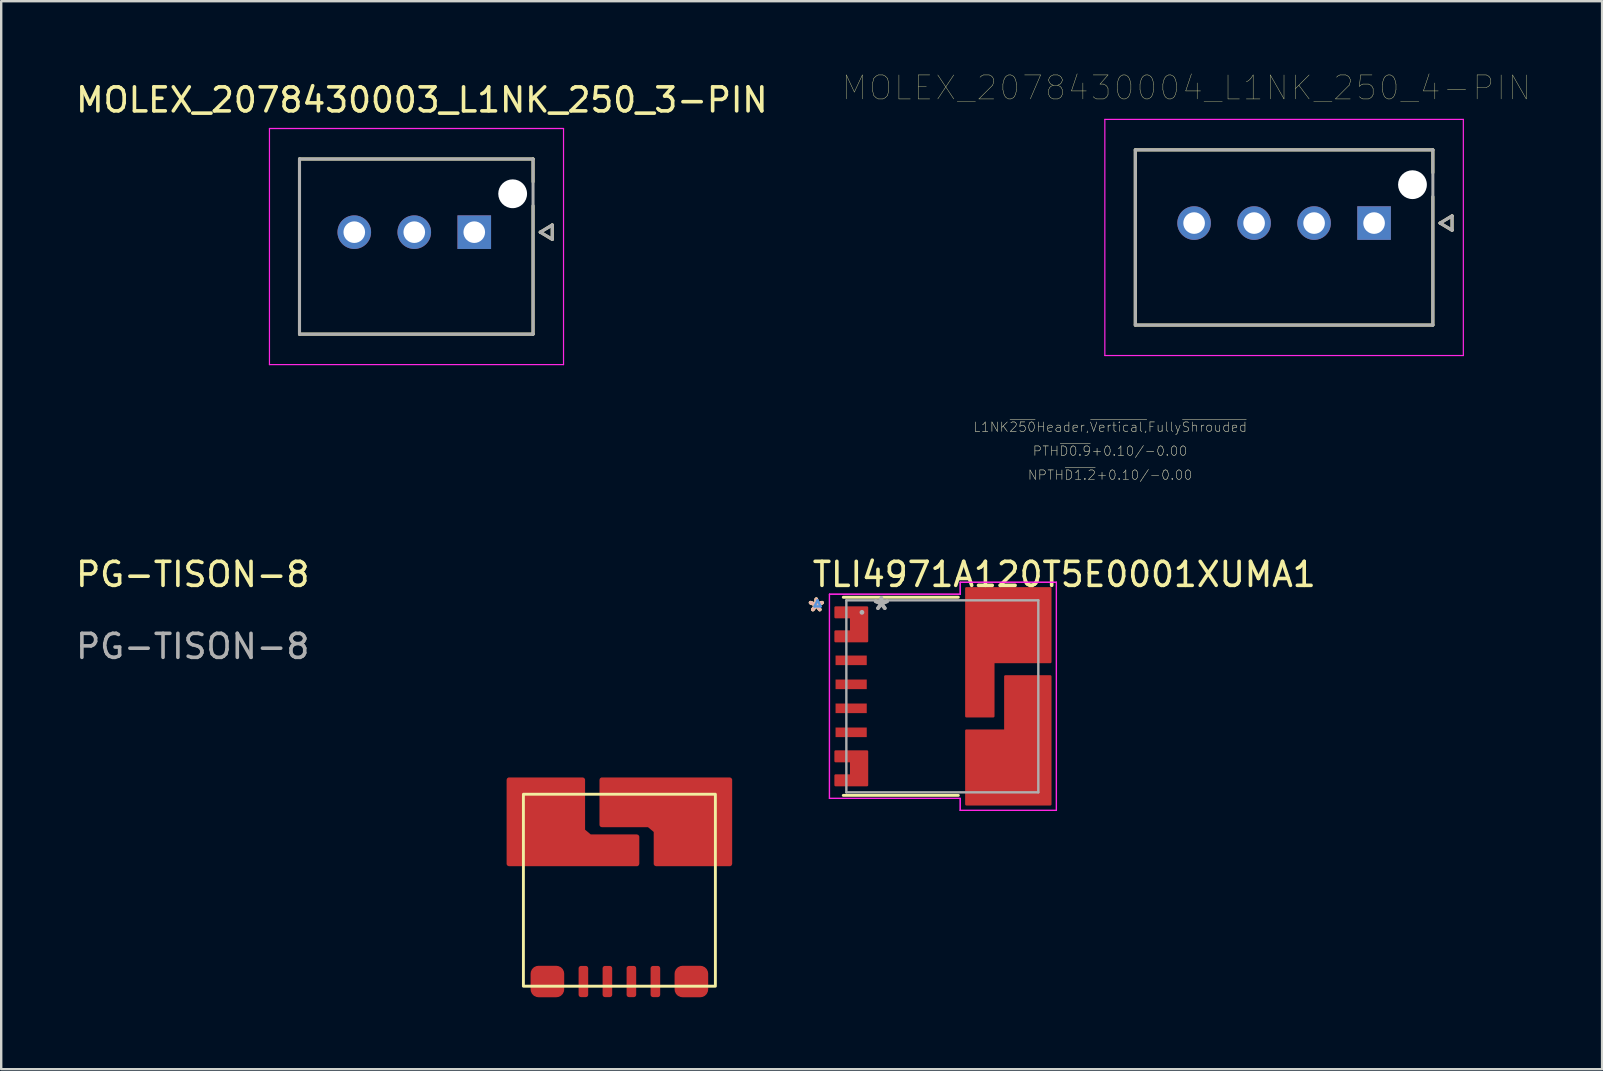
<source format=kicad_pcb>
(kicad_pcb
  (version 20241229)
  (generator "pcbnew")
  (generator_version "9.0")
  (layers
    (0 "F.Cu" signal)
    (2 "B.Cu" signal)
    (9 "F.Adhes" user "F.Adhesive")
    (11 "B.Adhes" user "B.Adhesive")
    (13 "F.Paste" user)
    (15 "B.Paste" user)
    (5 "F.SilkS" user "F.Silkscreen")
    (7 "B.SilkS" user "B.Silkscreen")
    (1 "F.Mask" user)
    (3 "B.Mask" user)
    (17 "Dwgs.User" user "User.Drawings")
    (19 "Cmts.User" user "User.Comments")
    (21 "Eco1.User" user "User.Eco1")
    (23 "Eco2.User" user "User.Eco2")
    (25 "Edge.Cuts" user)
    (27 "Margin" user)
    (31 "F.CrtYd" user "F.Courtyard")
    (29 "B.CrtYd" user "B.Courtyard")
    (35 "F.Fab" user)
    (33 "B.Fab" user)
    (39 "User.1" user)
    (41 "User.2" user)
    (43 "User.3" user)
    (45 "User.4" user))
  (footprint "TLI4971A120T5E0001XUMA1"
    (layer "F.Cu")
    (at 36.22 25.968)
    (property "Reference" "TLI4971A120T5E0001XUMA1" (at 5.08 -5.08 0) (layer "F.SilkS") (effects (font (size 1 1) (thickness 0.15))))
    (attr through_hole)
    (fp_poly (pts (xy 1 -4.5) (xy 4.5 -4.5) (xy 4.5 -1.43) (xy 2.125 -1.43) (xy 2.125 0.83) (xy 1 0.83)) (stroke (width 0.1) (type solid)) (fill yes) (layer "F.Cu"))
    (fp_poly (pts (xy 2.625 -0.83) (xy 4.5 -0.83) (xy 4.5 4.5) (xy 1 4.5) (xy 1 1.43) (xy 2.625 1.43)) (stroke (width 0.1) (type solid)) (fill yes) (layer "F.Cu"))
    (fp_poly (pts (xy -4.449 -3.7) (xy -3.139 -3.7) (xy -3.139 -2.3) (xy -4.449 -2.3) (xy -4.449 -2.7) (xy -3.8 -2.7) (xy -3.8 -3.3) (xy -4.449 -3.3)) (stroke (width 0.1) (type solid)) (fill yes) (layer "F.Cu"))
    (fp_poly (pts (xy -4.449 2.3) (xy -3.139 2.3) (xy -3.139 3.7) (xy -4.449 3.7) (xy -4.449 3.3) (xy -3.8 3.3) (xy -3.8 2.7) (xy -4.449 2.7)) (stroke (width 0.1) (type solid)) (fill yes) (layer "F.Cu"))
    (fp_poly (pts (xy -4.449 -1.7) (xy -3.15 -1.7) (xy -3.15 -1.3) (xy -4.449 -1.3)) (stroke (width 0.1) (type solid)) (fill yes) (layer "F.Mask"))
    (fp_poly (pts (xy -4.449 -0.7) (xy -3.15 -0.7) (xy -3.15 -0.3) (xy -4.449 -0.3)) (stroke (width 0.1) (type solid)) (fill yes) (layer "F.Mask"))
    (fp_poly (pts (xy -4.449 0.3) (xy -3.15 0.3) (xy -3.15 0.7) (xy -4.449 0.7)) (stroke (width 0.1) (type solid)) (fill yes) (layer "F.Mask"))
    (fp_poly (pts (xy -4.449 1.7) (xy -3.15 1.7) (xy -3.15 1.3) (xy -4.449 1.3)) (stroke (width 0.1) (type solid)) (fill yes) (layer "F.Mask"))
    (fp_poly (pts (xy 1 -4.5) (xy 4.5 -4.5) (xy 4.5 -1.43) (xy 2.125 -1.43) (xy 2.125 0.83) (xy 1 0.83)) (stroke (width 0.1) (type solid)) (fill yes) (layer "F.Mask"))
    (fp_poly (pts (xy 2.625 -0.83) (xy 4.5 -0.83) (xy 4.5 4.5) (xy 1 4.5) (xy 1 1.43) (xy 2.625 1.43)) (stroke (width 0.1) (type solid)) (fill yes) (layer "F.Mask"))
    (fp_poly (pts (xy -4.449 -3.7) (xy -3.139 -3.7) (xy -3.139 -2.3) (xy -4.449 -2.3) (xy -4.449 -2.7) (xy -3.8 -2.7) (xy -3.8 -3.3) (xy -4.449 -3.3)) (stroke (width 0.1) (type solid)) (fill yes) (layer "F.Mask"))
    (fp_poly (pts (xy -4.449 2.3) (xy -3.139 2.3) (xy -3.139 3.7) (xy -4.449 3.7) (xy -4.449 3.3) (xy -3.8 3.3) (xy -3.8 2.7) (xy -4.449 2.7)) (stroke (width 0.1) (type solid)) (fill yes) (layer "F.Mask"))
    (fp_line (start -4.128 -4.128) (end 0.667 -4.128) (stroke (width 0.12) (type solid)) (layer "F.SilkS"))
    (fp_line (start 0.667 4.128) (end -4.128 4.128) (stroke (width 0.12) (type solid)) (layer "F.SilkS"))
    (fp_poly (pts (xy -4.44 -3.675) (xy -3.241 -3.675) (xy -3.241 -3.325) (xy -4.44 -3.325)) (stroke (width 0.1) (type solid)) (fill yes) (layer "F.Paste"))
    (fp_poly (pts (xy -4.44 -2.675) (xy -3.241 -2.675) (xy -3.241 -2.325) (xy -4.44 -2.325)) (stroke (width 0.1) (type solid)) (fill yes) (layer "F.Paste"))
    (fp_poly (pts (xy -4.44 -1.675) (xy -3.241 -1.675) (xy -3.241 -1.325) (xy -4.44 -1.325)) (stroke (width 0.1) (type solid)) (fill yes) (layer "F.Paste"))
    (fp_poly (pts (xy -4.44 -0.675) (xy -3.241 -0.675) (xy -3.241 -0.325) (xy -4.44 -0.325)) (stroke (width 0.1) (type solid)) (fill yes) (layer "F.Paste"))
    (fp_poly (pts (xy -4.44 0.325) (xy -3.241 0.325) (xy -3.241 0.675) (xy -4.44 0.675)) (stroke (width 0.1) (type solid)) (fill yes) (layer "F.Paste"))
    (fp_poly (pts (xy -4.44 1.675) (xy -3.241 1.675) (xy -3.241 1.325) (xy -4.44 1.325)) (stroke (width 0.1) (type solid)) (fill yes) (layer "F.Paste"))
    (fp_poly (pts (xy -4.44 2.675) (xy -3.241 2.675) (xy -3.241 2.325) (xy -4.44 2.325)) (stroke (width 0.1) (type solid)) (fill yes) (layer "F.Paste"))
    (fp_poly (pts (xy -4.44 3.675) (xy -3.241 3.675) (xy -3.241 3.325) (xy -4.44 3.325)) (stroke (width 0.1) (type solid)) (fill yes) (layer "F.Paste"))
    (fp_poly (pts (xy -3.74 -3.2) (xy -3.24 -3.2) (xy -3.24 -2.8) (xy -3.74 -2.8)) (stroke (width 0.1) (type solid)) (fill yes) (layer "F.Paste"))
    (fp_poly (pts (xy -3.74 2.8) (xy -3.24 2.8) (xy -3.24 3.2) (xy -3.74 3.2)) (stroke (width 0.1) (type solid)) (fill yes) (layer "F.Paste"))
    (fp_poly (pts (xy 1.211 -4.25) (xy 1.911 -4.25) (xy 1.911 -3.026) (xy 1.211 -3.026)) (stroke (width 0.1) (type solid)) (fill yes) (layer "F.Paste"))
    (fp_poly (pts (xy 1.211 -2.225) (xy 1.911 -2.225) (xy 1.911 -0.625) (xy 1.211 -0.625)) (stroke (width 0.1) (type solid)) (fill yes) (layer "F.Paste"))
    (fp_poly (pts (xy 1.211 0.176) (xy 1.911 0.176) (xy 1.911 0.63) (xy 1.211 0.63)) (stroke (width 0.1) (type solid)) (fill yes) (layer "F.Paste"))
    (fp_poly (pts (xy 1.211 1.63) (xy 1.911 1.63) (xy 1.911 2.175) (xy 1.211 2.175)) (stroke (width 0.1) (type solid)) (fill yes) (layer "F.Paste"))
    (fp_poly (pts (xy 1.211 3.026) (xy 1.911 3.026) (xy 1.911 4.25) (xy 1.211 4.25)) (stroke (width 0.1) (type solid)) (fill yes) (layer "F.Paste"))
    (fp_poly (pts (xy 2.11 1.63) (xy 2.648 1.63) (xy 2.648 4.25) (xy 2.11 4.25)) (stroke (width 0.1) (type solid)) (fill yes) (layer "F.Paste"))
    (fp_poly (pts (xy 2.111 -4.25) (xy 3.061 -4.25) (xy 3.061 -1.63) (xy 2.111 -1.63)) (stroke (width 0.1) (type solid)) (fill yes) (layer "F.Paste"))
    (fp_poly (pts (xy 2.848 -0.625) (xy 3.71 -0.625) (xy 3.71 -0.125) (xy 2.848 -0.125)) (stroke (width 0.1) (type solid)) (fill yes) (layer "F.Paste"))
    (fp_poly (pts (xy 2.848 0.675) (xy 3.71 0.675) (xy 3.71 2.175) (xy 2.848 2.175)) (stroke (width 0.1) (type solid)) (fill yes) (layer "F.Paste"))
    (fp_poly (pts (xy 2.848 2.975) (xy 3.71 2.975) (xy 3.71 4.251) (xy 2.848 4.251)) (stroke (width 0.1) (type solid)) (fill yes) (layer "F.Paste"))
    (fp_poly (pts (xy 3.261 -4.25) (xy 3.711 -4.25) (xy 3.711 -3.026) (xy 3.261 -3.026)) (stroke (width 0.1) (type solid)) (fill yes) (layer "F.Paste"))
    (fp_poly (pts (xy 3.261 -2.224) (xy 3.711 -2.224) (xy 3.711 -1.63) (xy 3.261 -1.63)) (stroke (width 0.1) (type solid)) (fill yes) (layer "F.Paste"))
    (fp_poly (pts (xy 3.91 -4.25) (xy 4.31 -4.25) (xy 4.31 -1.63) (xy 3.91 -1.63)) (stroke (width 0.1) (type solid)) (fill yes) (layer "F.Paste"))
    (fp_poly (pts (xy 3.91 -0.626) (xy 4.31 -0.626) (xy 4.31 1.43) (xy 3.91 1.43)) (stroke (width 0.1) (type solid)) (fill yes) (layer "F.Paste"))
    (fp_poly (pts (xy 3.91 1.63) (xy 4.31 1.63) (xy 4.31 4.25) (xy 3.91 4.25)) (stroke (width 0.1) (type solid)) (fill yes) (layer "F.Paste"))
    (fp_line (start -5.326 -3.747) (end -5.199 -4) (stroke (width 0.1) (type solid)) (layer "Cmts.User"))
    (fp_line (start -5.326 -3.747) (end -5.072 -3.747) (stroke (width 0.1) (type solid)) (layer "Cmts.User"))
    (fp_line (start -5.072 -3.747) (end -5.199 -4) (stroke (width 0.1) (type solid)) (layer "Cmts.User"))
    (fp_line (start -4.704 -4.255) (end -4.704 4.255) (stroke (width 0.05) (type solid)) (layer "F.CrtYd"))
    (fp_line (start -4.704 -4.255) (end 0.746 -4.255) (stroke (width 0.05) (type solid)) (layer "F.CrtYd"))
    (fp_line (start -4.704 4.255) (end -4.704 -4.255) (stroke (width 0.05) (type solid)) (layer "F.CrtYd"))
    (fp_line (start -4.704 4.255) (end 0.746 4.255) (stroke (width 0.05) (type solid)) (layer "F.CrtYd"))
    (fp_line (start 0.746 -4.754) (end 0.746 -4.255) (stroke (width 0.05) (type solid)) (layer "F.CrtYd"))
    (fp_line (start 0.746 -4.754) (end 4.754 -4.754) (stroke (width 0.05) (type solid)) (layer "F.CrtYd"))
    (fp_line (start 0.746 -4.255) (end -4.704 -4.255) (stroke (width 0.05) (type solid)) (layer "F.CrtYd"))
    (fp_line (start 0.746 -4.255) (end 0.746 -4.754) (stroke (width 0.05) (type solid)) (layer "F.CrtYd"))
    (fp_line (start 0.746 4.255) (end -4.704 4.255) (stroke (width 0.05) (type solid)) (layer "F.CrtYd"))
    (fp_line (start 0.746 4.255) (end 0.746 4.754) (stroke (width 0.05) (type solid)) (layer "F.CrtYd"))
    (fp_line (start 0.746 4.754) (end 0.746 4.255) (stroke (width 0.05) (type solid)) (layer "F.CrtYd"))
    (fp_line (start 0.746 4.754) (end 4.754 4.754) (stroke (width 0.05) (type solid)) (layer "F.CrtYd"))
    (fp_line (start 4.754 -4.754) (end 0.746 -4.754) (stroke (width 0.05) (type solid)) (layer "F.CrtYd"))
    (fp_line (start 4.754 -4.754) (end 4.754 4.754) (stroke (width 0.05) (type solid)) (layer "F.CrtYd"))
    (fp_line (start 4.754 4.754) (end 0.746 4.754) (stroke (width 0.05) (type solid)) (layer "F.CrtYd"))
    (fp_line (start 4.754 4.754) (end 4.754 -4.754) (stroke (width 0.05) (type solid)) (layer "F.CrtYd"))
    (fp_line (start -4 -4) (end -4 4) (stroke (width 0.1) (type solid)) (layer "F.Fab"))
    (fp_line (start -4 4) (end 4 4) (stroke (width 0.1) (type solid)) (layer "F.Fab"))
    (fp_line (start 4 -4) (end -4 -4) (stroke (width 0.1) (type solid)) (layer "F.Fab"))
    (fp_line (start 4 4) (end 4 -4) (stroke (width 0.1) (type solid)) (layer "F.Fab"))
    (fp_circle (center -3.35 -3.5) (end -3.35 -3.5) (stroke (width 0.1) (type solid)) (fill no) (layer "F.Fab"))
    (fp_text user "*" (at -5.252 -3.5 0) (layer "F.SilkS") (effects (font (size 1 1) (thickness 0.15))))
    (fp_text user "*" (at -5.252 -3.5 0) (layer "F.SilkS") (effects (font (size 1 1) (thickness 0.15))))
    (fp_text user "*" (at -5.252 -3.5 0) (layer "B.SilkS") (effects (font (size 1 1) (thickness 0.15))))
    (fp_text user "*" (at -2.54 -3.556 0) (layer "F.Fab") (effects (font (size 1 1) (thickness 0.15))))
    (fp_text user "*" (at -2.54 -3.556 0) (layer "F.Fab") (effects (font (size 1 1) (thickness 0.15))))
    (pad "1" smd rect (at -3.48 -3.023) (size 0.127 0.127) (layers "F.Cu" "F.Mask" "F.Paste"))
    (pad "2" smd rect (at -3.8 -1.5) (size 1.3 0.4) (layers "F.Cu"))
    (pad "3" smd rect (at -3.8 -0.5) (size 1.3 0.4) (layers "F.Cu"))
    (pad "4" smd rect (at -3.8 0.5) (size 1.3 0.4) (layers "F.Cu"))
    (pad "5" smd rect (at -3.8 1.5) (size 1.3 0.4) (layers "F.Cu"))
    (pad "6" smd rect (at -3.454 2.972) (size 0.127 0.127) (layers "F.Cu" "F.Mask" "F.Paste"))
    (pad "7" smd rect (at 2.464 2.261) (size 0.127 0.127) (layers "F.Cu" "F.Mask" "F.Paste"))
    (pad "8" smd rect (at 2.794 -3.048) (size 0.127 0.127) (layers "F.Cu" "F.Mask" "F.Paste")))
  (footprint "MOLEX_2078430004_L1NK_250_4-PIN"
    (layer "F.Cu")
    (at 54.212 6.246)
    (property "Reference" "MOLEX_2078430004_L1NK_250_4-PIN" (at -7.825 -5.635 0) (layer "F.SilkS") (effects (font (size 1 1) (thickness 0.015))))
    (attr through_hole)
    (fp_circle (center -7.5 0) (end -7.112 0) (stroke (width 0.776) (type solid)) (fill no) (layer "F.Mask"))
    (fp_circle (center -5 0) (end -4.612 0) (stroke (width 0.776) (type solid)) (fill no) (layer "F.Mask"))
    (fp_circle (center -2.5 0) (end -2.112 0) (stroke (width 0.776) (type solid)) (fill no) (layer "F.Mask"))
    (fp_circle (center 1.6 -1.6) (end 1.938 -1.6) (stroke (width 0.676) (type solid)) (fill no) (layer "F.Mask"))
    (fp_poly (pts (xy -0.776 -0.776) (xy 0.776 -0.776) (xy 0.776 0.776) (xy -0.776 0.776)) (stroke (width 0.01) (type solid)) (fill yes) (layer "F.Mask"))
    (fp_circle (center -7.5 0) (end -7.112 0) (stroke (width 0.776) (type solid)) (fill no) (layer "B.Mask"))
    (fp_circle (center -5 0) (end -4.612 0) (stroke (width 0.776) (type solid)) (fill no) (layer "B.Mask"))
    (fp_circle (center -2.5 0) (end -2.112 0) (stroke (width 0.776) (type solid)) (fill no) (layer "B.Mask"))
    (fp_circle (center 1.6 -1.6) (end 1.938 -1.6) (stroke (width 0.676) (type solid)) (fill no) (layer "B.Mask"))
    (fp_poly (pts (xy -0.776 -0.776) (xy 0.776 -0.776) (xy 0.776 0.776) (xy -0.776 0.776)) (stroke (width 0.01) (type solid)) (fill yes) (layer "B.Mask"))
    (fp_line (start -9.95 -3.05) (end 2.45 -3.05) (stroke (width 0.127) (type solid)) (layer "F.SilkS"))
    (fp_line (start -9.95 4.25) (end -9.95 -3.05) (stroke (width 0.127) (type solid)) (layer "F.SilkS"))
    (fp_line (start 2.45 -3.05) (end 2.45 -2.1) (stroke (width 0.127) (type solid)) (layer "F.SilkS"))
    (fp_line (start 2.45 -1.1) (end 2.45 4.25) (stroke (width 0.127) (type solid)) (layer "F.SilkS"))
    (fp_line (start 2.45 4.25) (end -9.95 4.25) (stroke (width 0.127) (type solid)) (layer "F.SilkS"))
    (fp_line (start 2.75 0) (end 3.25 -0.3) (stroke (width 0.127) (type solid)) (layer "F.SilkS"))
    (fp_line (start 3.25 -0.3) (end 3.25 0.3) (stroke (width 0.127) (type solid)) (layer "F.SilkS"))
    (fp_line (start 3.25 0.3) (end 2.75 0) (stroke (width 0.127) (type solid)) (layer "F.SilkS"))
    (fp_line (start -11.22 -4.32) (end 3.72 -4.32) (stroke (width 0.05) (type solid)) (layer "F.CrtYd"))
    (fp_line (start -11.22 5.52) (end -11.22 -4.32) (stroke (width 0.05) (type solid)) (layer "F.CrtYd"))
    (fp_line (start 3.72 -4.32) (end 3.72 5.52) (stroke (width 0.05) (type solid)) (layer "F.CrtYd"))
    (fp_line (start 3.72 5.52) (end -11.22 5.52) (stroke (width 0.05) (type solid)) (layer "F.CrtYd"))
    (fp_line (start -9.95 -3.05) (end 2.45 -3.05) (stroke (width 0.127) (type solid)) (layer "F.Fab"))
    (fp_line (start -9.95 4.25) (end -9.95 -3.05) (stroke (width 0.127) (type solid)) (layer "F.Fab"))
    (fp_line (start 2.45 -3.05) (end 2.45 4.25) (stroke (width 0.127) (type solid)) (layer "F.Fab"))
    (fp_line (start 2.45 4.25) (end -9.95 4.25) (stroke (width 0.127) (type solid)) (layer "F.Fab"))
    (fp_line (start 2.75 0) (end 3.25 -0.3) (stroke (width 0.127) (type solid)) (layer "F.Fab"))
    (fp_line (start 3.25 -0.3) (end 3.25 0.3) (stroke (width 0.127) (type solid)) (layer "F.Fab"))
    (fp_line (start 3.25 0.3) (end 2.75 0) (stroke (width 0.127) (type solid)) (layer "F.Fab"))
    (fp_text user "NPTH~{D1.2}+0.10/-0.00" (at -11 10.5 0) (layer "F.SilkS") (effects (font (size 0.394 0.394) (thickness 0.015))))
    (fp_text user "L1NK~{250}Header,~{Vertical,}Fully~{Shrouded}" (at -11 8.5 0) (layer "F.SilkS") (effects (font (size 0.394 0.394) (thickness 0.015))))
    (fp_text user "PTH~{D0.9}+0.10/-0.00" (at -11 9.5 0) (layer "F.SilkS") (effects (font (size 0.394 0.394) (thickness 0.015))))
    (fp_text user "L1NK~{250}Header,~{Vertical,}Fully~{Shrouded}" (at -11 8.5 0) (layer "F.Fab") (effects (font (size 0.394 0.394) (thickness 0.015))))
    (fp_text user "PTH~{D0.9}+0.10/-0.00" (at -11 9.5 0) (layer "F.Fab") (effects (font (size 0.394 0.394) (thickness 0.015))))
    (fp_text user "NPTH~{D1.2}+0.10/-0.00" (at -11 10.5 0) (layer "F.Fab") (effects (font (size 0.394 0.394) (thickness 0.015))))
    (pad "" np_thru_hole circle (at 1.6 -1.6) (size 1.2 1.2) (drill 1.2) (layers "*.Cu" "*.Mask"))
    (pad "1" thru_hole rect (at 0 0) (size 1.4 1.4) (drill 0.9) (layers "*.Cu"))
    (pad "2" thru_hole circle (at -2.5 0) (size 1.4 1.4) (drill 0.9) (layers "*.Cu"))
    (pad "3" thru_hole circle (at -5 0) (size 1.4 1.4) (drill 0.9) (layers "*.Cu"))
    (pad "4" thru_hole circle (at -7.5 0) (size 1.4 1.4) (drill 0.9) (layers "*.Cu")))
  (footprint "MOLEX_2078430003_L1NK_250_3-PIN"
    (layer "F.Cu")
    (at 13.107 0.25)
    (property "Reference" "MOLEX_2078430003_L1NK_250_3-PIN" (at 1.422 0.864 0) (layer "F.SilkS") (effects (font (size 1 1) (thickness 0.15))))
    (attr through_hole)
    (fp_circle (center -1.393 6.375) (end -1.005 6.375) (stroke (width 0.776) (type solid)) (fill no) (layer "F.Mask"))
    (fp_circle (center 1.107 6.375) (end 1.495 6.375) (stroke (width 0.776) (type solid)) (fill no) (layer "F.Mask"))
    (fp_circle (center 5.207 4.775) (end 5.545 4.775) (stroke (width 0.676) (type solid)) (fill no) (layer "F.Mask"))
    (fp_poly (pts (xy 2.831 5.599) (xy 4.383 5.599) (xy 4.383 7.152) (xy 2.831 7.152)) (stroke (width 0.01) (type solid)) (fill yes) (layer "F.Mask"))
    (fp_circle (center -1.393 6.375) (end -1.005 6.375) (stroke (width 0.776) (type solid)) (fill no) (layer "B.Mask"))
    (fp_circle (center 1.107 6.375) (end 1.495 6.375) (stroke (width 0.776) (type solid)) (fill no) (layer "B.Mask"))
    (fp_circle (center 5.207 4.775) (end 5.545 4.775) (stroke (width 0.676) (type solid)) (fill no) (layer "B.Mask"))
    (fp_poly (pts (xy 2.831 5.599) (xy 4.383 5.599) (xy 4.383 7.152) (xy 2.831 7.152)) (stroke (width 0.01) (type solid)) (fill yes) (layer "B.Mask"))
    (fp_line (start -3.676 3.325) (end 6.057 3.325) (stroke (width 0.127) (type solid)) (layer "F.SilkS"))
    (fp_line (start -3.676 10.625) (end -3.676 3.325) (stroke (width 0.127) (type solid)) (layer "F.SilkS"))
    (fp_line (start 6.057 3.325) (end 6.057 4.275) (stroke (width 0.127) (type solid)) (layer "F.SilkS"))
    (fp_line (start 6.057 5.275) (end 6.057 10.625) (stroke (width 0.127) (type solid)) (layer "F.SilkS"))
    (fp_line (start 6.057 10.625) (end -3.676 10.625) (stroke (width 0.127) (type solid)) (layer "F.SilkS"))
    (fp_line (start 6.357 6.375) (end 6.857 6.075) (stroke (width 0.127) (type solid)) (layer "F.SilkS"))
    (fp_line (start 6.857 6.075) (end 6.857 6.675) (stroke (width 0.127) (type solid)) (layer "F.SilkS"))
    (fp_line (start 6.857 6.675) (end 6.357 6.375) (stroke (width 0.127) (type solid)) (layer "F.SilkS"))
    (fp_line (start -4.928 2.055) (end 7.327 2.055) (stroke (width 0.05) (type solid)) (layer "F.CrtYd"))
    (fp_line (start -4.928 11.895) (end -4.928 2.055) (stroke (width 0.05) (type solid)) (layer "F.CrtYd"))
    (fp_line (start 7.327 2.055) (end 7.327 11.895) (stroke (width 0.05) (type solid)) (layer "F.CrtYd"))
    (fp_line (start 7.327 11.895) (end -4.928 11.895) (stroke (width 0.05) (type solid)) (layer "F.CrtYd"))
    (fp_line (start -3.676 3.325) (end 6.057 3.325) (stroke (width 0.127) (type solid)) (layer "F.Fab"))
    (fp_line (start -3.676 10.625) (end -3.676 3.325) (stroke (width 0.127) (type solid)) (layer "F.Fab"))
    (fp_line (start 6.057 3.325) (end 6.057 10.625) (stroke (width 0.127) (type solid)) (layer "F.Fab"))
    (fp_line (start 6.057 10.625) (end -3.676 10.625) (stroke (width 0.127) (type solid)) (layer "F.Fab"))
    (fp_line (start 6.357 6.375) (end 6.857 6.075) (stroke (width 0.127) (type solid)) (layer "F.Fab"))
    (fp_line (start 6.857 6.075) (end 6.857 6.675) (stroke (width 0.127) (type solid)) (layer "F.Fab"))
    (fp_line (start 6.857 6.675) (end 6.357 6.375) (stroke (width 0.127) (type solid)) (layer "F.Fab"))
    (pad "" np_thru_hole circle (at 5.207 4.775) (size 1.2 1.2) (drill 1.2) (layers "*.Cu" "*.Mask"))
    (pad "1" thru_hole rect (at 3.607 6.375) (size 1.4 1.4) (drill 0.9) (layers "*.Cu"))
    (pad "2" thru_hole circle (at 1.107 6.375) (size 1.4 1.4) (drill 0.9) (layers "*.Cu"))
    (pad "3" thru_hole circle (at -1.393 6.375) (size 1.4 1.4) (drill 0.9) (layers "*.Cu")))
  (footprint "PG-TISON-8"
    (layer "F.Cu")
    (at 22.762 34.048)
    (property "Reference" "PG-TISON-8" (at -17.78 -13.16 0) (unlocked yes) (layer "F.SilkS") (effects (font (size 1 1) (thickness 0.15))))
    (attr smd)
    (fp_rect (start -4 -4) (end 4 4) (stroke (width 0.12) (type solid)) (fill no) (layer "F.SilkS"))
    (fp_text user "${REFERENCE}" (at -17.78 -10.16 0) (unlocked yes) (layer "F.Fab") (effects (font (size 1 1) (thickness 0.15))))
    (pad "1" smd roundrect (at -3 3.805) (size 1.4 1.31) (layers "F.Cu" "F.Mask" "F.Paste") (roundrect_rratio 0.25))
    (pad "2" smd roundrect (at -1.5 3.805) (size 0.4 1.3) (layers "F.Cu" "F.Mask" "F.Paste") (roundrect_rratio 0.25))
    (pad "3" smd roundrect (at -0.5 3.805) (size 0.4 1.3) (layers "F.Cu" "F.Mask" "F.Paste") (roundrect_rratio 0.25))
    (pad "4" smd roundrect (at 0.5 3.805) (size 0.4 1.3) (layers "F.Cu" "F.Mask" "F.Paste") (roundrect_rratio 0.25))
    (pad "5" smd roundrect (at 1.5 3.805) (size 0.4 1.3) (layers "F.Cu" "F.Mask" "F.Paste") (roundrect_rratio 0.25))
    (pad "6" smd roundrect (at 3 3.805) (size 1.4 1.31) (layers "F.Cu" "F.Mask" "F.Paste") (roundrect_rratio 0.25))
    (pad "7" smd custom (at 1.935 -2.85) (size 0.1 0.1) (layers "F.Cu" "F.Mask" "F.Paste") (options (anchor rect)) (primitives (gr_poly (pts (xy 2.665 -1.75) (xy 2.665 1.75) (xy -0.405 1.75) (xy -0.405 0.375) (xy -0.705 0.125) (xy -2.665 0.125) (xy -2.665 -1.75)) (width 0.2) (fill yes))))
    (pad "8" smd custom (at -1.935 -2.85) (size 1 3.5) (layers "F.Cu" "F.Mask" "F.Paste") (options (anchor rect)) (primitives (gr_poly (pts (xy -2.665 1.75) (xy -2.665 -1.75) (xy 0.405 -1.75) (xy 0.405 0.375) (xy 0.705 0.625) (xy 2.665 0.625) (xy 2.665 1.75)) (width 0.2) (fill yes)))))
  (gr_rect
    (start -3 -3)
    (end 63.714 41.508)
    (stroke (width 0.1) (type default))
    (fill no)
    (layer "Edge.Cuts")))
</source>
